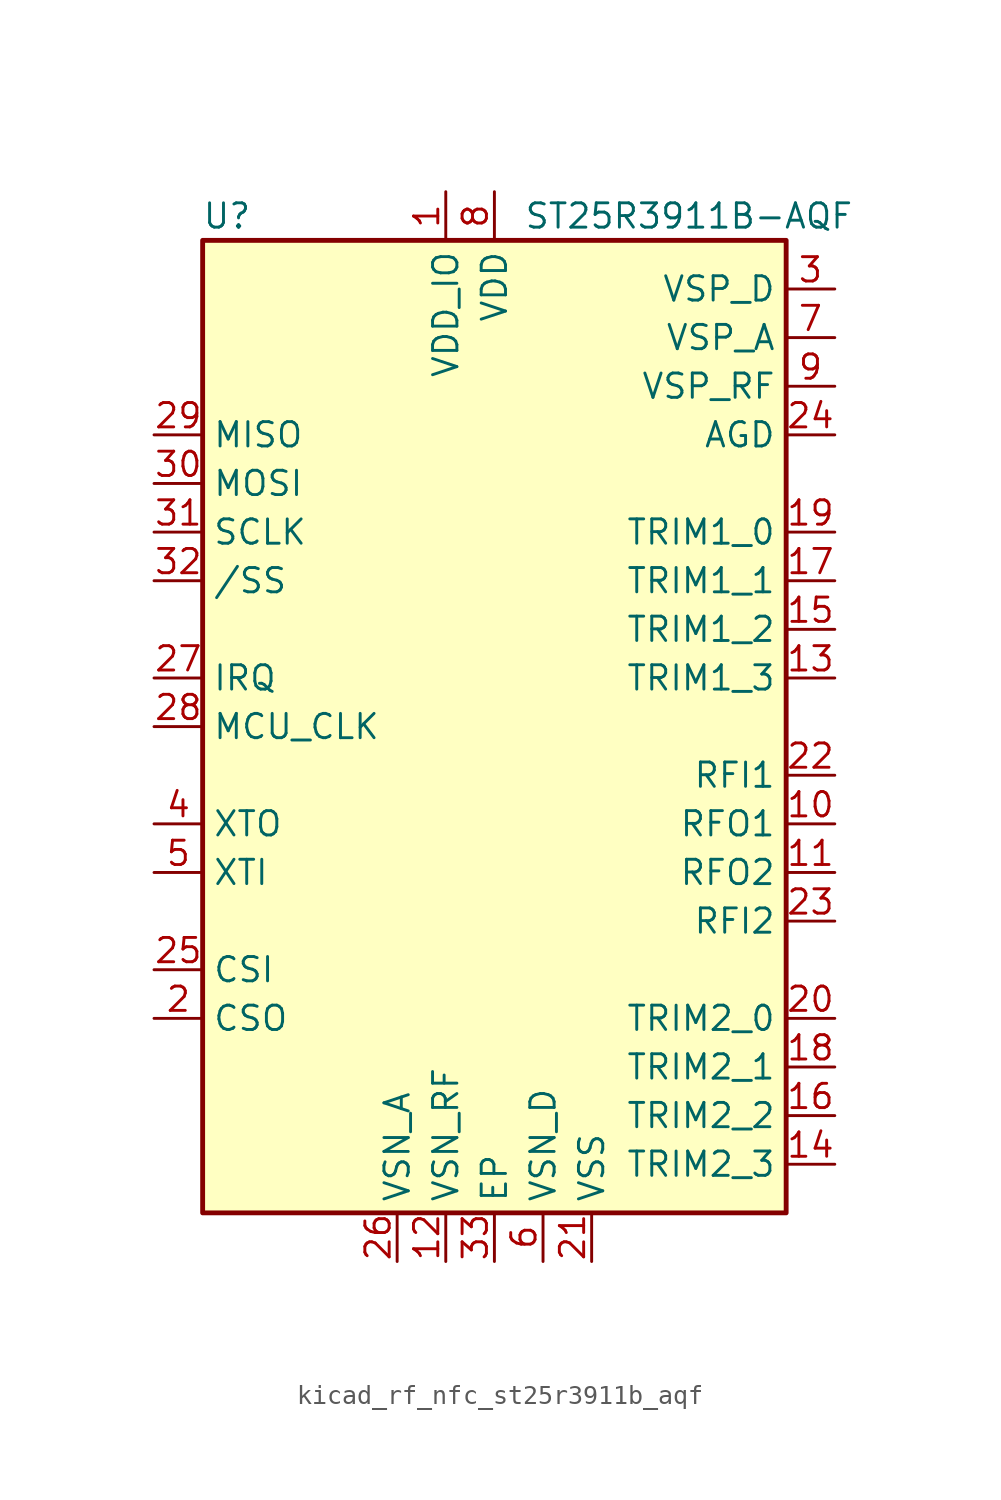
<source format=kicad_sym>
(kicad_symbol_lib
  (version 20220914)
  (generator kicad_symbol_editor)
  (symbol "kicad_rf_nfc_st25r3911b_aqf"
    (property "Reference" "U"
      (at -13.97 26.67 0)
      (effects (font (size 1.27 1.27))))
    (property "Value" "ST25R3911B-AQF"
      (at 10.16 26.67 0)
      (effects (font (size 1.27 1.27))))
    (symbol "kicad_rf_nfc_st25r3911b_aqf_0_1"
      (rectangle (start -15.24 25.4) (end 15.24 -25.4) (stroke (width 0.254) (type default)) (fill (type background))))
    (symbol "kicad_rf_nfc_st25r3911b_aqf_1_1"
      (pin power_in line (at -2.54 27.94 270) (length 2.54) (name "VDD_IO" (effects (font (size 1.27 1.27)))) (number "1" (effects (font (size 1.27 1.27)))))
      (pin output line (at 17.78 -5.08 180) (length 2.54) (name "RFO1" (effects (font (size 1.27 1.27)))) (number "10" (effects (font (size 1.27 1.27)))))
      (pin output line (at 17.78 -7.62 180) (length 2.54) (name "RFO2" (effects (font (size 1.27 1.27)))) (number "11" (effects (font (size 1.27 1.27)))))
      (pin power_in line (at -2.54 -27.94 90) (length 2.54) (name "VSN_RF" (effects (font (size 1.27 1.27)))) (number "12" (effects (font (size 1.27 1.27)))))
      (pin passive line (at 17.78 2.54 180) (length 2.54) (name "TRIM1_3" (effects (font (size 1.27 1.27)))) (number "13" (effects (font (size 1.27 1.27)))))
      (pin passive line (at 17.78 -22.86 180) (length 2.54) (name "TRIM2_3" (effects (font (size 1.27 1.27)))) (number "14" (effects (font (size 1.27 1.27)))))
      (pin passive line (at 17.78 5.08 180) (length 2.54) (name "TRIM1_2" (effects (font (size 1.27 1.27)))) (number "15" (effects (font (size 1.27 1.27)))))
      (pin passive line (at 17.78 -20.32 180) (length 2.54) (name "TRIM2_2" (effects (font (size 1.27 1.27)))) (number "16" (effects (font (size 1.27 1.27)))))
      (pin passive line (at 17.78 7.62 180) (length 2.54) (name "TRIM1_1" (effects (font (size 1.27 1.27)))) (number "17" (effects (font (size 1.27 1.27)))))
      (pin passive line (at 17.78 -17.78 180) (length 2.54) (name "TRIM2_1" (effects (font (size 1.27 1.27)))) (number "18" (effects (font (size 1.27 1.27)))))
      (pin passive line (at 17.78 10.16 180) (length 2.54) (name "TRIM1_0" (effects (font (size 1.27 1.27)))) (number "19" (effects (font (size 1.27 1.27)))))
      (pin output line (at -17.78 -15.24 0) (length 2.54) (name "CSO" (effects (font (size 1.27 1.27)))) (number "2" (effects (font (size 1.27 1.27)))))
      (pin passive line (at 17.78 -15.24 180) (length 2.54) (name "TRIM2_0" (effects (font (size 1.27 1.27)))) (number "20" (effects (font (size 1.27 1.27)))))
      (pin power_in line (at 5.08 -27.94 90) (length 2.54) (name "VSS" (effects (font (size 1.27 1.27)))) (number "21" (effects (font (size 1.27 1.27)))))
      (pin passive line (at 17.78 -2.54 180) (length 2.54) (name "RFI1" (effects (font (size 1.27 1.27)))) (number "22" (effects (font (size 1.27 1.27)))))
      (pin passive line (at 17.78 -10.16 180) (length 2.54) (name "RFI2" (effects (font (size 1.27 1.27)))) (number "23" (effects (font (size 1.27 1.27)))))
      (pin passive line (at 17.78 15.24 180) (length 2.54) (name "AGD" (effects (font (size 1.27 1.27)))) (number "24" (effects (font (size 1.27 1.27)))))
      (pin passive line (at -17.78 -12.7 0) (length 2.54) (name "CSI" (effects (font (size 1.27 1.27)))) (number "25" (effects (font (size 1.27 1.27)))))
      (pin power_in line (at -5.08 -27.94 90) (length 2.54) (name "VSN_A" (effects (font (size 1.27 1.27)))) (number "26" (effects (font (size 1.27 1.27)))))
      (pin output line (at -17.78 2.54 0) (length 2.54) (name "IRQ" (effects (font (size 1.27 1.27)))) (number "27" (effects (font (size 1.27 1.27)))))
      (pin output line (at -17.78 0 0) (length 2.54) (name "MCU_CLK" (effects (font (size 1.27 1.27)))) (number "28" (effects (font (size 1.27 1.27)))))
      (pin output line (at -17.78 15.24 0) (length 2.54) (name "MISO" (effects (font (size 1.27 1.27)))) (number "29" (effects (font (size 1.27 1.27)))))
      (pin power_out line (at 17.78 22.86 180) (length 2.54) (name "VSP_D" (effects (font (size 1.27 1.27)))) (number "3" (effects (font (size 1.27 1.27)))))
      (pin input line (at -17.78 12.7 0) (length 2.54) (name "MOSI" (effects (font (size 1.27 1.27)))) (number "30" (effects (font (size 1.27 1.27)))))
      (pin input line (at -17.78 10.16 0) (length 2.54) (name "SCLK" (effects (font (size 1.27 1.27)))) (number "31" (effects (font (size 1.27 1.27)))))
      (pin input line (at -17.78 7.62 0) (length 2.54) (name "/SS" (effects (font (size 1.27 1.27)))) (number "32" (effects (font (size 1.27 1.27)))))
      (pin power_in line (at 0 -27.94 90) (length 2.54) (name "EP" (effects (font (size 1.27 1.27)))) (number "33" (effects (font (size 1.27 1.27)))))
      (pin output line (at -17.78 -5.08 0) (length 2.54) (name "XTO" (effects (font (size 1.27 1.27)))) (number "4" (effects (font (size 1.27 1.27)))))
      (pin passive line (at -17.78 -7.62 0) (length 2.54) (name "XTI" (effects (font (size 1.27 1.27)))) (number "5" (effects (font (size 1.27 1.27)))))
      (pin power_in line (at 2.54 -27.94 90) (length 2.54) (name "VSN_D" (effects (font (size 1.27 1.27)))) (number "6" (effects (font (size 1.27 1.27)))))
      (pin power_out line (at 17.78 20.32 180) (length 2.54) (name "VSP_A" (effects (font (size 1.27 1.27)))) (number "7" (effects (font (size 1.27 1.27)))))
      (pin power_in line (at 0 27.94 270) (length 2.54) (name "VDD" (effects (font (size 1.27 1.27)))) (number "8" (effects (font (size 1.27 1.27)))))
      (pin power_out line (at 17.78 17.78 180) (length 2.54) (name "VSP_RF" (effects (font (size 1.27 1.27)))) (number "9" (effects (font (size 1.27 1.27))))))))
</source>
